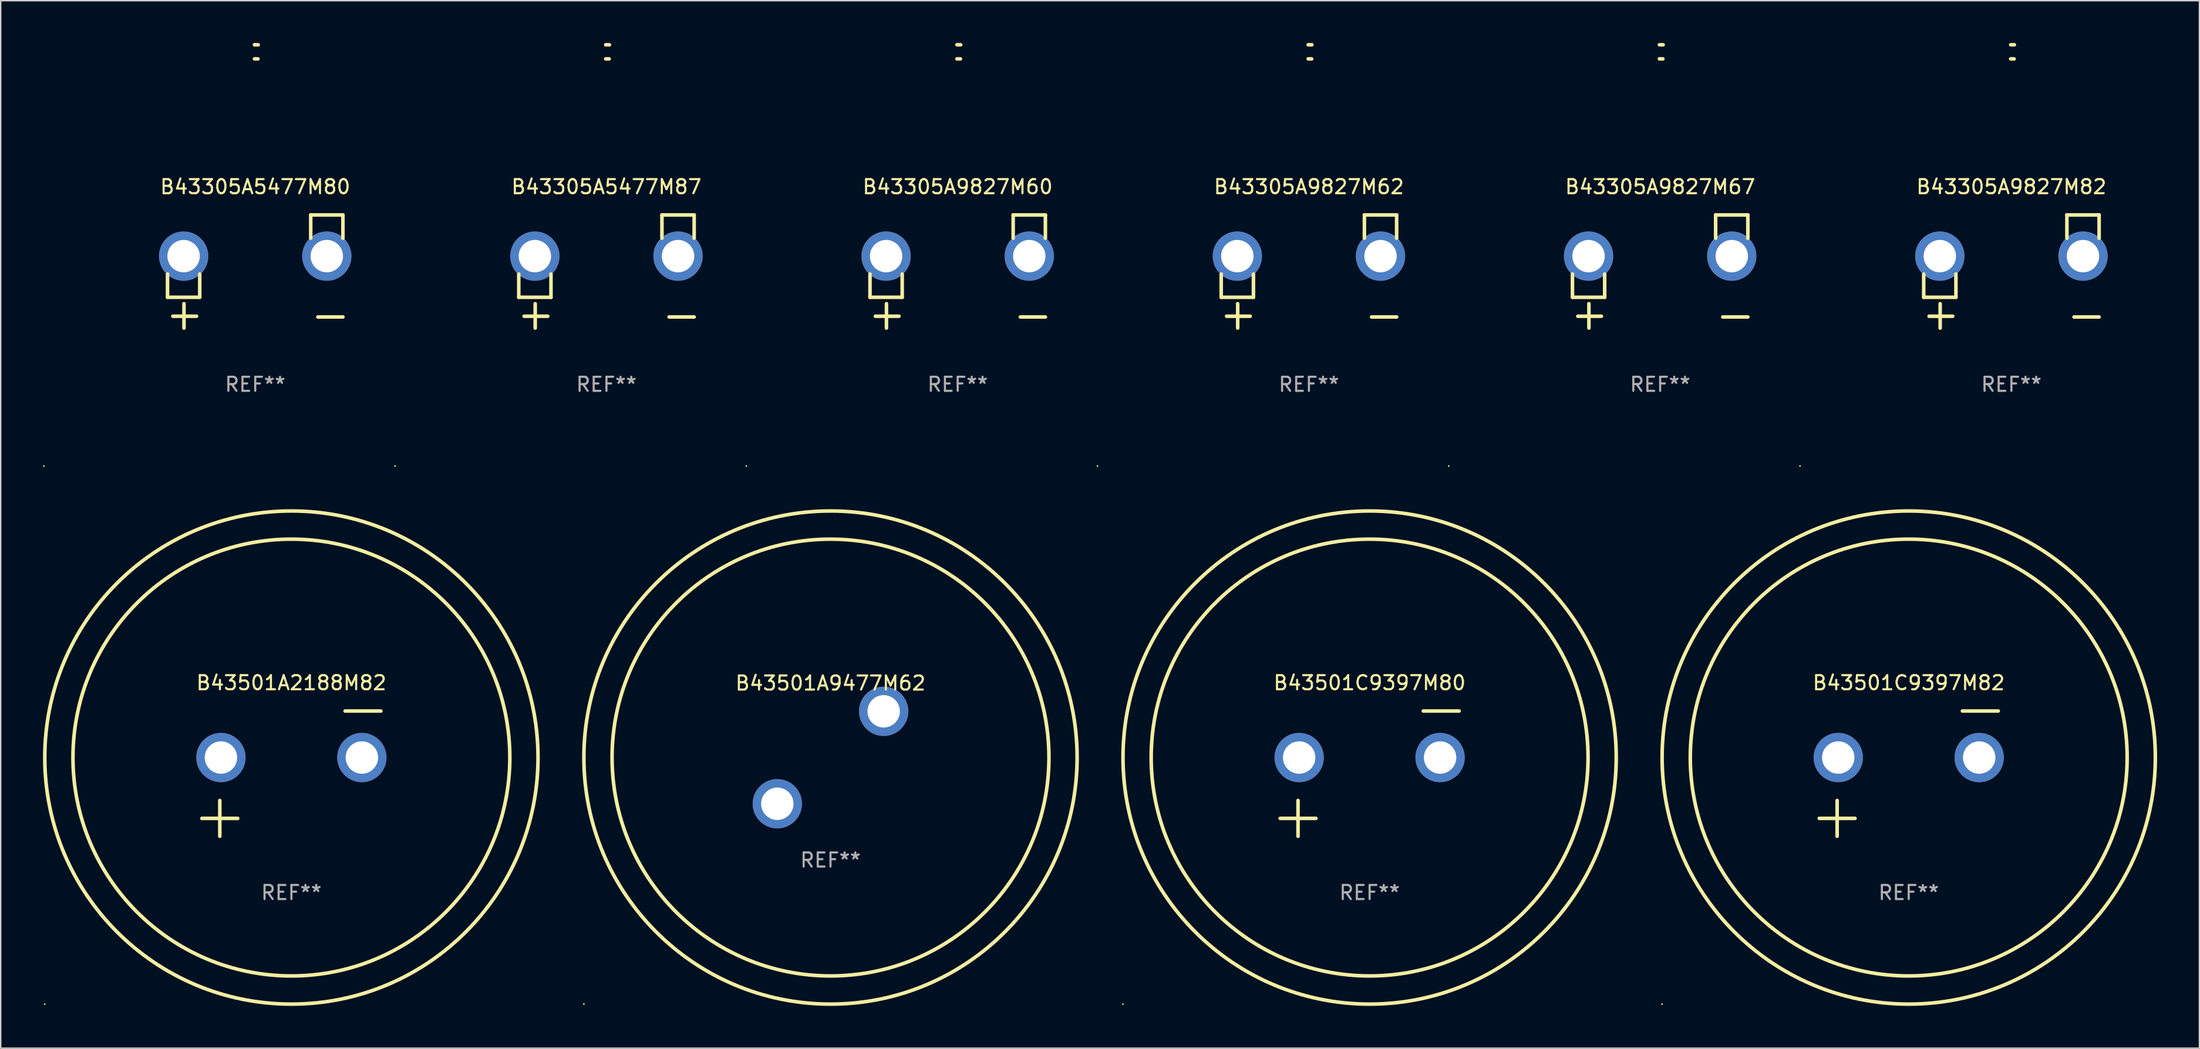
<source format=kicad_pcb>
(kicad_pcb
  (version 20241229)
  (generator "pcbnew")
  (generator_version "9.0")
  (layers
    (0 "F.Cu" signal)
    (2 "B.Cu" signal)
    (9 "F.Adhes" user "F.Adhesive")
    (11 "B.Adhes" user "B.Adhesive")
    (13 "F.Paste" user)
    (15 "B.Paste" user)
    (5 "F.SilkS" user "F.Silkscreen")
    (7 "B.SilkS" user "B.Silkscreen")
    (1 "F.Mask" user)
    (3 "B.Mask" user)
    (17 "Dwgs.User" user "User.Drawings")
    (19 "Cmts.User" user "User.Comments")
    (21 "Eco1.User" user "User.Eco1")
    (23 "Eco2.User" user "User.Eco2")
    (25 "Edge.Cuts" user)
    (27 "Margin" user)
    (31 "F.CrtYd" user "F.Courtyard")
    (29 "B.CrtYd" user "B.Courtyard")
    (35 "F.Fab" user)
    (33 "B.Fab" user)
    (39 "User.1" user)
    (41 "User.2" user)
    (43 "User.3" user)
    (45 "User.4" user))
  (footprint "B43305A9827M82"
    (layer "F.Cu")
    (at 139.676 16.22)
    (property "Reference" "B43305A9827M82" (at 0 -6.013 0) (layer "F.SilkS") (effects (font (size 1 1) (thickness 0.15))))
    (attr through_hole)
    (fp_line (start -6.223 0.178) (end -6.223 1.829) (stroke (width 0.254) (type solid)) (layer "F.SilkS"))
    (fp_line (start -6.223 1.829) (end -3.937 1.829) (stroke (width 0.254) (type solid)) (layer "F.SilkS"))
    (fp_line (start -5.055 4.013) (end -5.055 2.286) (stroke (width 0.254) (type solid)) (layer "F.SilkS"))
    (fp_line (start -4.166 3.175) (end -5.842 3.175) (stroke (width 0.254) (type solid)) (layer "F.SilkS"))
    (fp_line (start -3.937 1.829) (end -3.937 0.178) (stroke (width 0.254) (type solid)) (layer "F.SilkS"))
    (fp_line (start 3.937 -4.013) (end 3.937 -2.362) (stroke (width 0.254) (type solid)) (layer "F.SilkS"))
    (fp_line (start 6.223 -4.013) (end 3.937 -4.013) (stroke (width 0.254) (type solid)) (layer "F.SilkS"))
    (fp_line (start 6.223 -2.362) (end 6.223 -4.013) (stroke (width 0.254) (type solid)) (layer "F.SilkS"))
    (fp_line (start 6.223 3.226) (end 4.445 3.226) (stroke (width 0.254) (type solid)) (layer "F.SilkS"))
    (fp_arc (start -0.0508 -16.093472) (mid 0.080016 -16.092762) (end 0.210821 -16.090932) (stroke (width 0.254001) (type solid)) (layer "F.SilkS"))
    (fp_arc (start -0.0508 -15.09271) (mid 0.071125 -15.091961) (end 0.19304 -15.09017) (stroke (width 0.254001) (type solid)) (layer "F.SilkS"))
    (fp_circle (center -15 13.808) (end -14.97 13.808) (stroke (width 0.06) (type solid)) (fill no) (layer "F.SilkS"))
    (fp_text user "REF**" (at 0 8.013 0) (layer "F.Fab") (effects (font (size 1 1) (thickness 0.15))))
    (pad "1" thru_hole circle (at -5.08 -1.092) (size 3.5 3.5) (drill 2.3) (layers "*.Cu" "*.Mask"))
    (pad "2" thru_hole circle (at 5.08 -1.092) (size 3.5 3.5) (drill 2.3) (layers "*.Cu" "*.Mask")))
  (footprint "B43501C9397M80"
    (layer "F.Cu")
    (at 94.136 51.858)
    (property "Reference" "B43501C9397M80" (at 0 -6.445 0) (layer "F.SilkS") (effects (font (size 1 1) (thickness 0.15))))
    (attr through_hole)
    (fp_line (start -6.35 3.175) (end -3.81 3.175) (stroke (width 0.254) (type solid)) (layer "F.SilkS"))
    (fp_line (start -5.08 1.905) (end -5.08 4.445) (stroke (width 0.254) (type solid)) (layer "F.SilkS"))
    (fp_line (start 3.81 -4.445) (end 6.35 -4.445) (stroke (width 0.254) (type solid)) (layer "F.SilkS"))
    (fp_circle (center -17.505 16.362) (end -17.475 16.362) (stroke (width 0.06) (type solid)) (fill no) (layer "F.SilkS"))
    (fp_circle (center 0 -1.143) (end 15.5 -1.143) (stroke (width 0.254) (type solid)) (fill no) (layer "F.SilkS"))
    (fp_circle (center 0 -1.143) (end 17.5 -1.143) (stroke (width 0.254) (type solid)) (fill no) (layer "F.SilkS"))
    (fp_text user "REF**" (at 0 8.445 0) (layer "F.Fab") (effects (font (size 1 1) (thickness 0.15))))
    (pad "1" thru_hole circle (at -5 -1.143) (size 3.5 3.5) (drill 2.3) (layers "*.Cu" "*.Mask"))
    (pad "2" thru_hole circle (at 5 -1.143) (size 3.5 3.5) (drill 2.3) (layers "*.Cu" "*.Mask")))
  (footprint "B43501C9397M82"
    (layer "F.Cu")
    (at 132.39 51.858)
    (property "Reference" "B43501C9397M82" (at 0 -6.445 0) (layer "F.SilkS") (effects (font (size 1 1) (thickness 0.15))))
    (attr through_hole)
    (fp_line (start -6.35 3.175) (end -3.81 3.175) (stroke (width 0.254) (type solid)) (layer "F.SilkS"))
    (fp_line (start -5.08 1.905) (end -5.08 4.445) (stroke (width 0.254) (type solid)) (layer "F.SilkS"))
    (fp_line (start 3.81 -4.445) (end 6.35 -4.445) (stroke (width 0.254) (type solid)) (layer "F.SilkS"))
    (fp_circle (center -17.505 16.362) (end -17.475 16.362) (stroke (width 0.06) (type solid)) (fill no) (layer "F.SilkS"))
    (fp_circle (center 0 -1.143) (end 15.5 -1.143) (stroke (width 0.254) (type solid)) (fill no) (layer "F.SilkS"))
    (fp_circle (center 0 -1.143) (end 17.5 -1.143) (stroke (width 0.254) (type solid)) (fill no) (layer "F.SilkS"))
    (fp_text user "REF**" (at 0 8.445 0) (layer "F.Fab") (effects (font (size 1 1) (thickness 0.15))))
    (pad "1" thru_hole circle (at -5 -1.143) (size 3.5 3.5) (drill 2.3) (layers "*.Cu" "*.Mask"))
    (pad "2" thru_hole circle (at 5 -1.143) (size 3.5 3.5) (drill 2.3) (layers "*.Cu" "*.Mask")))
  (footprint "B43305A9827M62"
    (layer "F.Cu")
    (at 89.829 16.22)
    (property "Reference" "B43305A9827M62" (at 0 -6.013 0) (layer "F.SilkS") (effects (font (size 1 1) (thickness 0.15))))
    (attr through_hole)
    (fp_line (start -6.223 0.178) (end -6.223 1.829) (stroke (width 0.254) (type solid)) (layer "F.SilkS"))
    (fp_line (start -6.223 1.829) (end -3.937 1.829) (stroke (width 0.254) (type solid)) (layer "F.SilkS"))
    (fp_line (start -5.055 4.013) (end -5.055 2.286) (stroke (width 0.254) (type solid)) (layer "F.SilkS"))
    (fp_line (start -4.166 3.175) (end -5.842 3.175) (stroke (width 0.254) (type solid)) (layer "F.SilkS"))
    (fp_line (start -3.937 1.829) (end -3.937 0.178) (stroke (width 0.254) (type solid)) (layer "F.SilkS"))
    (fp_line (start 3.937 -4.013) (end 3.937 -2.362) (stroke (width 0.254) (type solid)) (layer "F.SilkS"))
    (fp_line (start 6.223 -4.013) (end 3.937 -4.013) (stroke (width 0.254) (type solid)) (layer "F.SilkS"))
    (fp_line (start 6.223 -2.362) (end 6.223 -4.013) (stroke (width 0.254) (type solid)) (layer "F.SilkS"))
    (fp_line (start 6.223 3.226) (end 4.445 3.226) (stroke (width 0.254) (type solid)) (layer "F.SilkS"))
    (fp_arc (start -0.0508 -16.093472) (mid 0.080016 -16.092762) (end 0.210821 -16.090932) (stroke (width 0.254001) (type solid)) (layer "F.SilkS"))
    (fp_arc (start -0.0508 -15.09271) (mid 0.071125 -15.091961) (end 0.19304 -15.09017) (stroke (width 0.254001) (type solid)) (layer "F.SilkS"))
    (fp_circle (center -15 13.808) (end -14.97 13.808) (stroke (width 0.06) (type solid)) (fill no) (layer "F.SilkS"))
    (fp_text user "REF**" (at 0 8.013 0) (layer "F.Fab") (effects (font (size 1 1) (thickness 0.15))))
    (pad "1" thru_hole circle (at -5.08 -1.092) (size 3.5 3.5) (drill 2.3) (layers "*.Cu" "*.Mask"))
    (pad "2" thru_hole circle (at 5.08 -1.092) (size 3.5 3.5) (drill 2.3) (layers "*.Cu" "*.Mask")))
  (footprint "B43305A9827M67"
    (layer "F.Cu")
    (at 114.752 16.22)
    (property "Reference" "B43305A9827M67" (at 0 -6.013 0) (layer "F.SilkS") (effects (font (size 1 1) (thickness 0.15))))
    (attr through_hole)
    (fp_line (start -6.223 0.178) (end -6.223 1.829) (stroke (width 0.254) (type solid)) (layer "F.SilkS"))
    (fp_line (start -6.223 1.829) (end -3.937 1.829) (stroke (width 0.254) (type solid)) (layer "F.SilkS"))
    (fp_line (start -5.055 4.013) (end -5.055 2.286) (stroke (width 0.254) (type solid)) (layer "F.SilkS"))
    (fp_line (start -4.166 3.175) (end -5.842 3.175) (stroke (width 0.254) (type solid)) (layer "F.SilkS"))
    (fp_line (start -3.937 1.829) (end -3.937 0.178) (stroke (width 0.254) (type solid)) (layer "F.SilkS"))
    (fp_line (start 3.937 -4.013) (end 3.937 -2.362) (stroke (width 0.254) (type solid)) (layer "F.SilkS"))
    (fp_line (start 6.223 -4.013) (end 3.937 -4.013) (stroke (width 0.254) (type solid)) (layer "F.SilkS"))
    (fp_line (start 6.223 -2.362) (end 6.223 -4.013) (stroke (width 0.254) (type solid)) (layer "F.SilkS"))
    (fp_line (start 6.223 3.226) (end 4.445 3.226) (stroke (width 0.254) (type solid)) (layer "F.SilkS"))
    (fp_arc (start -0.0508 -16.093472) (mid 0.080016 -16.092762) (end 0.210821 -16.090932) (stroke (width 0.254001) (type solid)) (layer "F.SilkS"))
    (fp_arc (start -0.0508 -15.09271) (mid 0.071125 -15.091961) (end 0.19304 -15.09017) (stroke (width 0.254001) (type solid)) (layer "F.SilkS"))
    (fp_circle (center -15 13.808) (end -14.97 13.808) (stroke (width 0.06) (type solid)) (fill no) (layer "F.SilkS"))
    (fp_text user "REF**" (at 0 8.013 0) (layer "F.Fab") (effects (font (size 1 1) (thickness 0.15))))
    (pad "1" thru_hole circle (at -5.08 -1.092) (size 3.5 3.5) (drill 2.3) (layers "*.Cu" "*.Mask"))
    (pad "2" thru_hole circle (at 5.08 -1.092) (size 3.5 3.5) (drill 2.3) (layers "*.Cu" "*.Mask")))
  (footprint "B43305A5477M80"
    (layer "F.Cu")
    (at 15.06 16.22)
    (property "Reference" "B43305A5477M80" (at 0 -6.013 0) (layer "F.SilkS") (effects (font (size 1 1) (thickness 0.15))))
    (attr through_hole)
    (fp_line (start -6.223 0.178) (end -6.223 1.829) (stroke (width 0.254) (type solid)) (layer "F.SilkS"))
    (fp_line (start -6.223 1.829) (end -3.937 1.829) (stroke (width 0.254) (type solid)) (layer "F.SilkS"))
    (fp_line (start -5.055 4.013) (end -5.055 2.286) (stroke (width 0.254) (type solid)) (layer "F.SilkS"))
    (fp_line (start -4.166 3.175) (end -5.842 3.175) (stroke (width 0.254) (type solid)) (layer "F.SilkS"))
    (fp_line (start -3.937 1.829) (end -3.937 0.178) (stroke (width 0.254) (type solid)) (layer "F.SilkS"))
    (fp_line (start 3.937 -4.013) (end 3.937 -2.362) (stroke (width 0.254) (type solid)) (layer "F.SilkS"))
    (fp_line (start 6.223 -4.013) (end 3.937 -4.013) (stroke (width 0.254) (type solid)) (layer "F.SilkS"))
    (fp_line (start 6.223 -2.362) (end 6.223 -4.013) (stroke (width 0.254) (type solid)) (layer "F.SilkS"))
    (fp_line (start 6.223 3.226) (end 4.445 3.226) (stroke (width 0.254) (type solid)) (layer "F.SilkS"))
    (fp_arc (start -0.0508 -16.093472) (mid 0.080016 -16.092762) (end 0.210821 -16.090932) (stroke (width 0.254001) (type solid)) (layer "F.SilkS"))
    (fp_arc (start -0.0508 -15.09271) (mid 0.071125 -15.091961) (end 0.19304 -15.09017) (stroke (width 0.254001) (type solid)) (layer "F.SilkS"))
    (fp_circle (center -15 13.808) (end -14.97 13.808) (stroke (width 0.06) (type solid)) (fill no) (layer "F.SilkS"))
    (fp_text user "REF**" (at 0 8.013 0) (layer "F.Fab") (effects (font (size 1 1) (thickness 0.15))))
    (pad "1" thru_hole circle (at -5.08 -1.092) (size 3.5 3.5) (drill 2.3) (layers "*.Cu" "*.Mask"))
    (pad "2" thru_hole circle (at 5.08 -1.092) (size 3.5 3.5) (drill 2.3) (layers "*.Cu" "*.Mask")))
  (footprint "B43305A9827M60"
    (layer "F.Cu")
    (at 64.906 16.22)
    (property "Reference" "B43305A9827M60" (at 0 -6.013 0) (layer "F.SilkS") (effects (font (size 1 1) (thickness 0.15))))
    (attr through_hole)
    (fp_line (start -6.223 0.178) (end -6.223 1.829) (stroke (width 0.254) (type solid)) (layer "F.SilkS"))
    (fp_line (start -6.223 1.829) (end -3.937 1.829) (stroke (width 0.254) (type solid)) (layer "F.SilkS"))
    (fp_line (start -5.055 4.013) (end -5.055 2.286) (stroke (width 0.254) (type solid)) (layer "F.SilkS"))
    (fp_line (start -4.166 3.175) (end -5.842 3.175) (stroke (width 0.254) (type solid)) (layer "F.SilkS"))
    (fp_line (start -3.937 1.829) (end -3.937 0.178) (stroke (width 0.254) (type solid)) (layer "F.SilkS"))
    (fp_line (start 3.937 -4.013) (end 3.937 -2.362) (stroke (width 0.254) (type solid)) (layer "F.SilkS"))
    (fp_line (start 6.223 -4.013) (end 3.937 -4.013) (stroke (width 0.254) (type solid)) (layer "F.SilkS"))
    (fp_line (start 6.223 -2.362) (end 6.223 -4.013) (stroke (width 0.254) (type solid)) (layer "F.SilkS"))
    (fp_line (start 6.223 3.226) (end 4.445 3.226) (stroke (width 0.254) (type solid)) (layer "F.SilkS"))
    (fp_arc (start -0.0508 -16.093472) (mid 0.080016 -16.092762) (end 0.210821 -16.090932) (stroke (width 0.254001) (type solid)) (layer "F.SilkS"))
    (fp_arc (start -0.0508 -15.09271) (mid 0.071125 -15.091961) (end 0.19304 -15.09017) (stroke (width 0.254001) (type solid)) (layer "F.SilkS"))
    (fp_circle (center -15 13.808) (end -14.97 13.808) (stroke (width 0.06) (type solid)) (fill no) (layer "F.SilkS"))
    (fp_text user "REF**" (at 0 8.013 0) (layer "F.Fab") (effects (font (size 1 1) (thickness 0.15))))
    (pad "1" thru_hole circle (at -5.08 -1.092) (size 3.5 3.5) (drill 2.3) (layers "*.Cu" "*.Mask"))
    (pad "2" thru_hole circle (at 5.08 -1.092) (size 3.5 3.5) (drill 2.3) (layers "*.Cu" "*.Mask")))
  (footprint "B43305A5477M87"
    (layer "F.Cu")
    (at 39.983 16.22)
    (property "Reference" "B43305A5477M87" (at 0 -6.013 0) (layer "F.SilkS") (effects (font (size 1 1) (thickness 0.15))))
    (attr through_hole)
    (fp_line (start -6.223 0.178) (end -6.223 1.829) (stroke (width 0.254) (type solid)) (layer "F.SilkS"))
    (fp_line (start -6.223 1.829) (end -3.937 1.829) (stroke (width 0.254) (type solid)) (layer "F.SilkS"))
    (fp_line (start -5.055 4.013) (end -5.055 2.286) (stroke (width 0.254) (type solid)) (layer "F.SilkS"))
    (fp_line (start -4.166 3.175) (end -5.842 3.175) (stroke (width 0.254) (type solid)) (layer "F.SilkS"))
    (fp_line (start -3.937 1.829) (end -3.937 0.178) (stroke (width 0.254) (type solid)) (layer "F.SilkS"))
    (fp_line (start 3.937 -4.013) (end 3.937 -2.362) (stroke (width 0.254) (type solid)) (layer "F.SilkS"))
    (fp_line (start 6.223 -4.013) (end 3.937 -4.013) (stroke (width 0.254) (type solid)) (layer "F.SilkS"))
    (fp_line (start 6.223 -2.362) (end 6.223 -4.013) (stroke (width 0.254) (type solid)) (layer "F.SilkS"))
    (fp_line (start 6.223 3.226) (end 4.445 3.226) (stroke (width 0.254) (type solid)) (layer "F.SilkS"))
    (fp_arc (start -0.0508 -16.093472) (mid 0.080016 -16.092762) (end 0.210821 -16.090932) (stroke (width 0.254001) (type solid)) (layer "F.SilkS"))
    (fp_arc (start -0.0508 -15.09271) (mid 0.071125 -15.091961) (end 0.19304 -15.09017) (stroke (width 0.254001) (type solid)) (layer "F.SilkS"))
    (fp_circle (center -15 13.808) (end -14.97 13.808) (stroke (width 0.06) (type solid)) (fill no) (layer "F.SilkS"))
    (fp_text user "REF**" (at 0 8.013 0) (layer "F.Fab") (effects (font (size 1 1) (thickness 0.15))))
    (pad "1" thru_hole circle (at -5.08 -1.092) (size 3.5 3.5) (drill 2.3) (layers "*.Cu" "*.Mask"))
    (pad "2" thru_hole circle (at 5.08 -1.092) (size 3.5 3.5) (drill 2.3) (layers "*.Cu" "*.Mask")))
  (footprint "B43501A9477M62"
    (layer "F.Cu")
    (at 55.881 50.715)
    (property "Reference" "B43501A9477M62" (at 0 -5.28 0) (layer "F.SilkS") (effects (font (size 1 1) (thickness 0.15))))
    (attr through_hole)
    (fp_circle (center -17.5 17.5) (end -17.47 17.5) (stroke (width 0.06) (type solid)) (fill no) (layer "F.SilkS"))
    (fp_circle (center 0.000127 0) (end 15.5 0) (stroke (width 0.254) (type solid)) (fill no) (layer "F.SilkS"))
    (fp_circle (center 0.000127 0) (end 17.5 0) (stroke (width 0.254) (type solid)) (fill no) (layer "F.SilkS"))
    (fp_text user "-" (at 3.792 -0.019 0) (layer "B.Mask") (effects (font (size 1 1) (thickness 0.15))))
    (fp_text user "+" (at -2.209 6.481 0) (layer "B.Mask") (effects (font (size 1 1) (thickness 0.15))))
    (fp_text user "REF**" (at 0 7.28 0) (layer "F.Fab") (effects (font (size 1 1) (thickness 0.15))))
    (pad "1" thru_hole circle (at -3.774 3.28) (size 3.5 3.5) (drill 2.3) (layers "*.Cu" "*.Mask"))
    (pad "2" thru_hole circle (at 3.774 -3.28) (size 3.5 3.5) (drill 2.3) (layers "*.Cu" "*.Mask")))
  (footprint "B43501A2188M82"
    (layer "F.Cu")
    (at 17.627 51.858)
    (property "Reference" "B43501A2188M82" (at 0 -6.445 0) (layer "F.SilkS") (effects (font (size 1 1) (thickness 0.15))))
    (attr through_hole)
    (fp_line (start -6.35 3.175) (end -3.81 3.175) (stroke (width 0.254) (type solid)) (layer "F.SilkS"))
    (fp_line (start -5.08 1.905) (end -5.08 4.445) (stroke (width 0.254) (type solid)) (layer "F.SilkS"))
    (fp_line (start 3.81 -4.445) (end 6.35 -4.445) (stroke (width 0.254) (type solid)) (layer "F.SilkS"))
    (fp_circle (center -17.505 16.362) (end -17.475 16.362) (stroke (width 0.06) (type solid)) (fill no) (layer "F.SilkS"))
    (fp_circle (center 0 -1.143) (end 15.5 -1.143) (stroke (width 0.254) (type solid)) (fill no) (layer "F.SilkS"))
    (fp_circle (center 0 -1.143) (end 17.5 -1.143) (stroke (width 0.254) (type solid)) (fill no) (layer "F.SilkS"))
    (fp_text user "REF**" (at 0 8.445 0) (layer "F.Fab") (effects (font (size 1 1) (thickness 0.15))))
    (pad "1" thru_hole circle (at -5 -1.143) (size 3.5 3.5) (drill 2.3) (layers "*.Cu" "*.Mask"))
    (pad "2" thru_hole circle (at 5 -1.143) (size 3.5 3.5) (drill 2.3) (layers "*.Cu" "*.Mask")))
  (gr_rect
    (start -3 -3)
    (end 153.017 71.343)
    (stroke (width 0.1) (type default))
    (fill no)
    (layer "Edge.Cuts")))
</source>
